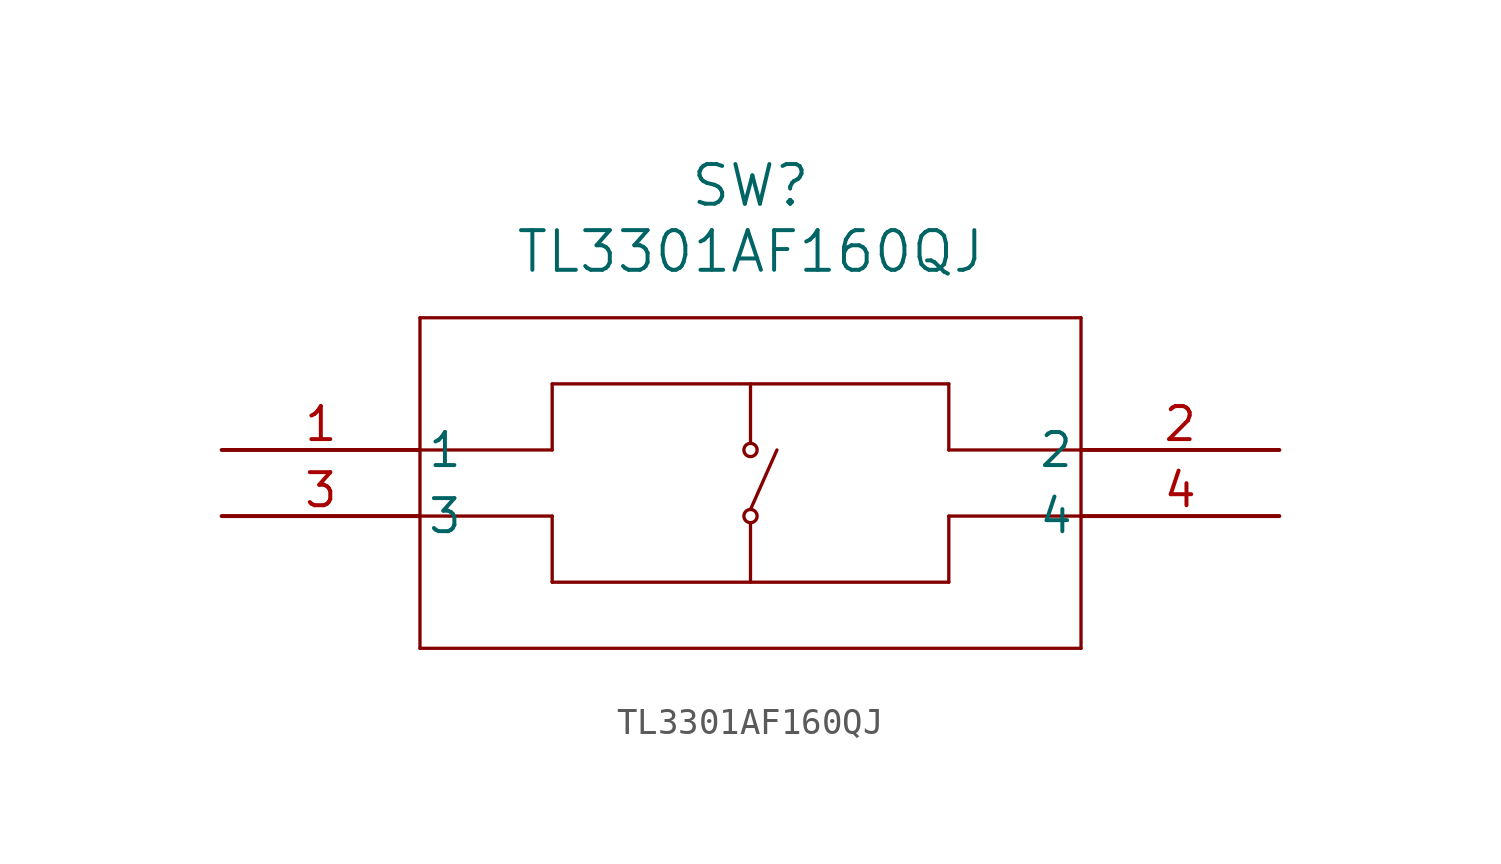
<source format=kicad_sym>
(kicad_symbol_lib
  (version 20211014)
  (generator kicad_symbol_editor)
  (symbol "TL3301AF160QJ"
    (pin_names
      (offset 0.254))
    (property "Reference" "SW"
      (at 20.32 10.16 0)
      (effects (font (size 1.524 1.524))))
    (property "Value" "TL3301AF160QJ"
      (at 20.32 7.62 0)
      (effects (font (size 1.524 1.524))))
    (symbol "TL3301AF160QJ_0_1"
      (polyline (pts (xy 7.62 5.08) (xy 7.62 -7.62)) (stroke (width 0.127) (type default) (color 0 0 0 0)) (fill (type none)))
      (polyline (pts (xy 7.62 -7.62) (xy 33.02 -7.62)) (stroke (width 0.127) (type default) (color 0 0 0 0)) (fill (type none)))
      (polyline (pts (xy 33.02 -7.62) (xy 33.02 5.08)) (stroke (width 0.127) (type default) (color 0 0 0 0)) (fill (type none)))
      (polyline (pts (xy 33.02 5.08) (xy 7.62 5.08)) (stroke (width 0.127) (type default) (color 0 0 0 0)) (fill (type none)))
      (polyline (pts (xy 7.62 0) (xy 12.7 0)) (stroke (width 0.127) (type default) (color 0 0 0 0)) (fill (type none)))
      (polyline (pts (xy 12.7 0) (xy 12.7 2.54)) (stroke (width 0.127) (type default) (color 0 0 0 0)) (fill (type none)))
      (polyline (pts (xy 12.7 2.54) (xy 27.94 2.54)) (stroke (width 0.127) (type default) (color 0 0 0 0)) (fill (type none)))
      (polyline (pts (xy 27.94 2.54) (xy 27.94 0)) (stroke (width 0.127) (type default) (color 0 0 0 0)) (fill (type none)))
      (polyline (pts (xy 27.94 0) (xy 33.02 0)) (stroke (width 0.127) (type default) (color 0 0 0 0)) (fill (type none)))
      (polyline (pts (xy 33.02 -2.54) (xy 27.94 -2.54)) (stroke (width 0.127) (type default) (color 0 0 0 0)) (fill (type none)))
      (polyline (pts (xy 27.94 -2.54) (xy 27.94 -5.08)) (stroke (width 0.127) (type default) (color 0 0 0 0)) (fill (type none)))
      (polyline (pts (xy 27.94 -5.08) (xy 12.7 -5.08)) (stroke (width 0.127) (type default) (color 0 0 0 0)) (fill (type none)))
      (polyline (pts (xy 12.7 -5.08) (xy 12.7 -2.54)) (stroke (width 0.127) (type default) (color 0 0 0 0)) (fill (type none)))
      (polyline (pts (xy 12.7 -2.54) (xy 7.62 -2.54)) (stroke (width 0.127) (type default) (color 0 0 0 0)) (fill (type none)))
      (polyline (pts (xy 20.32 2.54) (xy 20.32 0.254)) (stroke (width 0.127) (type default) (color 0 0 0 0)) (fill (type none)))
      (polyline (pts (xy 20.32 -2.794) (xy 20.32 -5.08)) (stroke (width 0.127) (type default) (color 0 0 0 0)) (fill (type none)))
      (circle (center 20.32 0) (radius 0.254) (stroke (width 0.127) (type default) (color 0 0 0 0)) (fill (type none)))
      (circle (center 20.32 -2.54) (radius 0.254) (stroke (width 0.127) (type default) (color 0 0 0 0)) (fill (type none)))
      (polyline (pts (xy 21.336 0) (xy 20.32 -2.286)) (stroke (width 0.127) (type default) (color 0 0 0 0)) (fill (type none)))
      (pin unspecified line (at 0 0 0) (length 7.62) (name "1" (effects (font (size 1.27 1.27)))) (number "1" (effects (font (size 1.27 1.27)))))
      (pin unspecified line (at 40.64 0 180) (length 7.62) (name "2" (effects (font (size 1.27 1.27)))) (number "2" (effects (font (size 1.27 1.27)))))
      (pin unspecified line (at 0 -2.54 0) (length 7.62) (name "3" (effects (font (size 1.27 1.27)))) (number "3" (effects (font (size 1.27 1.27)))))
      (pin unspecified line (at 40.64 -2.54 180) (length 7.62) (name "4" (effects (font (size 1.27 1.27)))) (number "4" (effects (font (size 1.27 1.27))))))))
</source>
